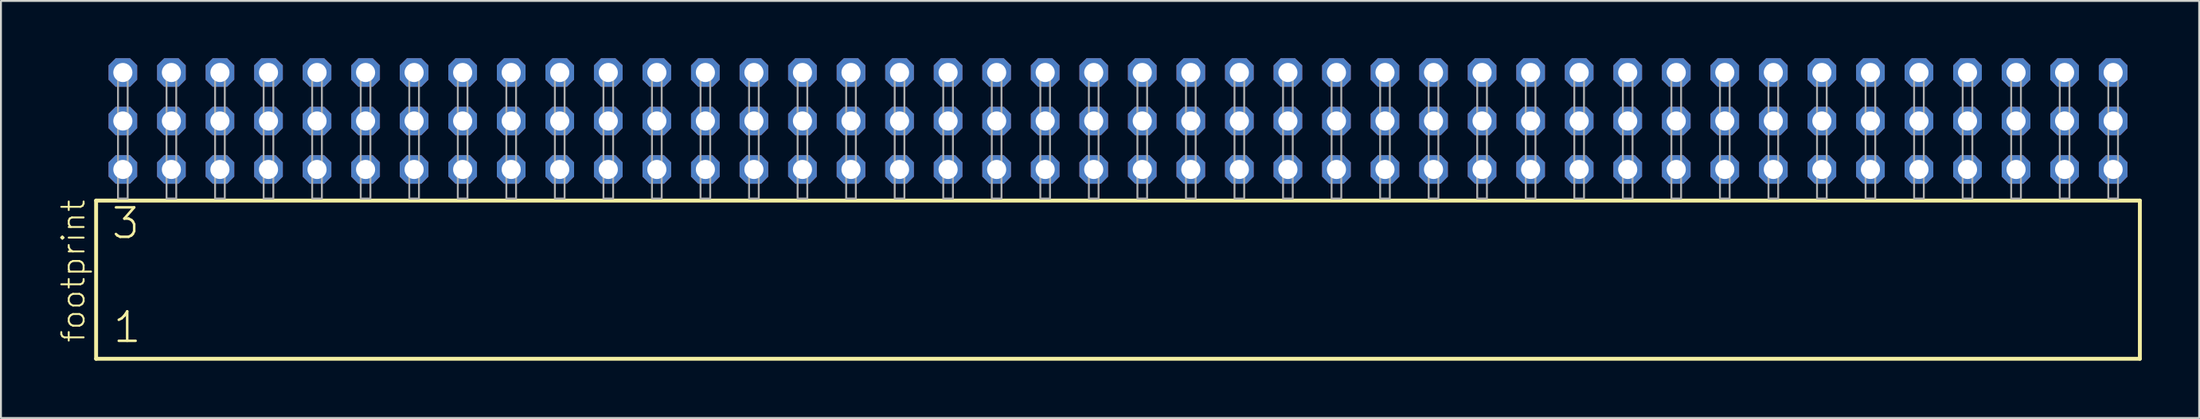
<source format=kicad_pcb>
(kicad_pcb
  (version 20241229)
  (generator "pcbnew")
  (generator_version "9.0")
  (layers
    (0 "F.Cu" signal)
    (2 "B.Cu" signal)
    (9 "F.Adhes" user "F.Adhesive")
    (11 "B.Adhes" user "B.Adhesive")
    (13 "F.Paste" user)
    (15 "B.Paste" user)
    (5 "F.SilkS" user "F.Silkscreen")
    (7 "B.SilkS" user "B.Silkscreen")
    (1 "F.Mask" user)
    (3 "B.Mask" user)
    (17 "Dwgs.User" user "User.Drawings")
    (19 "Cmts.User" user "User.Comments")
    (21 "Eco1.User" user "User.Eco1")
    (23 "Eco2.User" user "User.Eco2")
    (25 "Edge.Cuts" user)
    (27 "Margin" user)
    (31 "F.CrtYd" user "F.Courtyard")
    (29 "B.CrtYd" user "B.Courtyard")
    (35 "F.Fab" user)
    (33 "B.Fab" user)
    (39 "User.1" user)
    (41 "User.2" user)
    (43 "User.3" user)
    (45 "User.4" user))
  (footprint "footprint"
    (layer "F.Cu")
    (at 55.448 7.354)
    (property "Reference" "footprint" (at -53.975 7.62 90) (layer "F.SilkS") (effects (font (size 1.168 1.168) (thickness 0.102)) (justify left bottom)))
    (fp_line (start -53.469 0.106) (end -53.469 8.396) (stroke (width 0.203) (type solid)) (layer "F.SilkS"))
    (fp_line (start -53.469 8.396) (end 53.469 8.396) (stroke (width 0.203) (type solid)) (layer "F.SilkS"))
    (fp_line (start 53.469 0.106) (end -53.469 0.106) (stroke (width 0.203) (type solid)) (layer "F.SilkS"))
    (fp_line (start 53.469 8.396) (end 53.469 0.106) (stroke (width 0.203) (type solid)) (layer "F.SilkS"))
    (fp_poly (pts (xy -52.324 0) (xy -51.816 0) (xy -51.816 -6.858) (xy -52.324 -6.858)) (stroke (width 0.1) (type solid)) (fill no) (layer "F.Fab"))
    (fp_poly (pts (xy -49.784 0) (xy -49.276 0) (xy -49.276 -6.858) (xy -49.784 -6.858)) (stroke (width 0.1) (type solid)) (fill no) (layer "F.Fab"))
    (fp_poly (pts (xy -47.244 0) (xy -46.736 0) (xy -46.736 -6.858) (xy -47.244 -6.858)) (stroke (width 0.1) (type solid)) (fill no) (layer "F.Fab"))
    (fp_poly (pts (xy -44.704 0) (xy -44.196 0) (xy -44.196 -6.858) (xy -44.704 -6.858)) (stroke (width 0.1) (type solid)) (fill no) (layer "F.Fab"))
    (fp_poly (pts (xy -42.164 0) (xy -41.656 0) (xy -41.656 -6.858) (xy -42.164 -6.858)) (stroke (width 0.1) (type solid)) (fill no) (layer "F.Fab"))
    (fp_poly (pts (xy -39.624 0) (xy -39.116 0) (xy -39.116 -6.858) (xy -39.624 -6.858)) (stroke (width 0.1) (type solid)) (fill no) (layer "F.Fab"))
    (fp_poly (pts (xy -37.084 0) (xy -36.576 0) (xy -36.576 -6.858) (xy -37.084 -6.858)) (stroke (width 0.1) (type solid)) (fill no) (layer "F.Fab"))
    (fp_poly (pts (xy -34.544 0) (xy -34.036 0) (xy -34.036 -6.858) (xy -34.544 -6.858)) (stroke (width 0.1) (type solid)) (fill no) (layer "F.Fab"))
    (fp_poly (pts (xy -32.004 0) (xy -31.496 0) (xy -31.496 -6.858) (xy -32.004 -6.858)) (stroke (width 0.1) (type solid)) (fill no) (layer "F.Fab"))
    (fp_poly (pts (xy -29.464 0) (xy -28.956 0) (xy -28.956 -6.858) (xy -29.464 -6.858)) (stroke (width 0.1) (type solid)) (fill no) (layer "F.Fab"))
    (fp_poly (pts (xy -26.924 0) (xy -26.416 0) (xy -26.416 -6.858) (xy -26.924 -6.858)) (stroke (width 0.1) (type solid)) (fill no) (layer "F.Fab"))
    (fp_poly (pts (xy -24.384 0) (xy -23.876 0) (xy -23.876 -6.858) (xy -24.384 -6.858)) (stroke (width 0.1) (type solid)) (fill no) (layer "F.Fab"))
    (fp_poly (pts (xy -21.844 0) (xy -21.336 0) (xy -21.336 -6.858) (xy -21.844 -6.858)) (stroke (width 0.1) (type solid)) (fill no) (layer "F.Fab"))
    (fp_poly (pts (xy -19.304 0) (xy -18.796 0) (xy -18.796 -6.858) (xy -19.304 -6.858)) (stroke (width 0.1) (type solid)) (fill no) (layer "F.Fab"))
    (fp_poly (pts (xy -16.764 0) (xy -16.256 0) (xy -16.256 -6.858) (xy -16.764 -6.858)) (stroke (width 0.1) (type solid)) (fill no) (layer "F.Fab"))
    (fp_poly (pts (xy -14.224 0) (xy -13.716 0) (xy -13.716 -6.858) (xy -14.224 -6.858)) (stroke (width 0.1) (type solid)) (fill no) (layer "F.Fab"))
    (fp_poly (pts (xy -11.684 0) (xy -11.176 0) (xy -11.176 -6.858) (xy -11.684 -6.858)) (stroke (width 0.1) (type solid)) (fill no) (layer "F.Fab"))
    (fp_poly (pts (xy -9.144 0) (xy -8.636 0) (xy -8.636 -6.858) (xy -9.144 -6.858)) (stroke (width 0.1) (type solid)) (fill no) (layer "F.Fab"))
    (fp_poly (pts (xy -6.604 0) (xy -6.096 0) (xy -6.096 -6.858) (xy -6.604 -6.858)) (stroke (width 0.1) (type solid)) (fill no) (layer "F.Fab"))
    (fp_poly (pts (xy -4.064 0) (xy -3.556 0) (xy -3.556 -6.858) (xy -4.064 -6.858)) (stroke (width 0.1) (type solid)) (fill no) (layer "F.Fab"))
    (fp_poly (pts (xy -1.524 0) (xy -1.016 0) (xy -1.016 -6.858) (xy -1.524 -6.858)) (stroke (width 0.1) (type solid)) (fill no) (layer "F.Fab"))
    (fp_poly (pts (xy 1.016 0) (xy 1.524 0) (xy 1.524 -6.858) (xy 1.016 -6.858)) (stroke (width 0.1) (type solid)) (fill no) (layer "F.Fab"))
    (fp_poly (pts (xy 3.556 0) (xy 4.064 0) (xy 4.064 -6.858) (xy 3.556 -6.858)) (stroke (width 0.1) (type solid)) (fill no) (layer "F.Fab"))
    (fp_poly (pts (xy 6.096 0) (xy 6.604 0) (xy 6.604 -6.858) (xy 6.096 -6.858)) (stroke (width 0.1) (type solid)) (fill no) (layer "F.Fab"))
    (fp_poly (pts (xy 8.636 0) (xy 9.144 0) (xy 9.144 -6.858) (xy 8.636 -6.858)) (stroke (width 0.1) (type solid)) (fill no) (layer "F.Fab"))
    (fp_poly (pts (xy 11.176 0) (xy 11.684 0) (xy 11.684 -6.858) (xy 11.176 -6.858)) (stroke (width 0.1) (type solid)) (fill no) (layer "F.Fab"))
    (fp_poly (pts (xy 13.716 0) (xy 14.224 0) (xy 14.224 -6.858) (xy 13.716 -6.858)) (stroke (width 0.1) (type solid)) (fill no) (layer "F.Fab"))
    (fp_poly (pts (xy 16.256 0) (xy 16.764 0) (xy 16.764 -6.858) (xy 16.256 -6.858)) (stroke (width 0.1) (type solid)) (fill no) (layer "F.Fab"))
    (fp_poly (pts (xy 18.796 0) (xy 19.304 0) (xy 19.304 -6.858) (xy 18.796 -6.858)) (stroke (width 0.1) (type solid)) (fill no) (layer "F.Fab"))
    (fp_poly (pts (xy 21.336 0) (xy 21.844 0) (xy 21.844 -6.858) (xy 21.336 -6.858)) (stroke (width 0.1) (type solid)) (fill no) (layer "F.Fab"))
    (fp_poly (pts (xy 23.876 0) (xy 24.384 0) (xy 24.384 -6.858) (xy 23.876 -6.858)) (stroke (width 0.1) (type solid)) (fill no) (layer "F.Fab"))
    (fp_poly (pts (xy 26.416 0) (xy 26.924 0) (xy 26.924 -6.858) (xy 26.416 -6.858)) (stroke (width 0.1) (type solid)) (fill no) (layer "F.Fab"))
    (fp_poly (pts (xy 28.956 0) (xy 29.464 0) (xy 29.464 -6.858) (xy 28.956 -6.858)) (stroke (width 0.1) (type solid)) (fill no) (layer "F.Fab"))
    (fp_poly (pts (xy 31.496 0) (xy 32.004 0) (xy 32.004 -6.858) (xy 31.496 -6.858)) (stroke (width 0.1) (type solid)) (fill no) (layer "F.Fab"))
    (fp_poly (pts (xy 34.036 0) (xy 34.544 0) (xy 34.544 -6.858) (xy 34.036 -6.858)) (stroke (width 0.1) (type solid)) (fill no) (layer "F.Fab"))
    (fp_poly (pts (xy 36.576 0) (xy 37.084 0) (xy 37.084 -6.858) (xy 36.576 -6.858)) (stroke (width 0.1) (type solid)) (fill no) (layer "F.Fab"))
    (fp_poly (pts (xy 39.116 0) (xy 39.624 0) (xy 39.624 -6.858) (xy 39.116 -6.858)) (stroke (width 0.1) (type solid)) (fill no) (layer "F.Fab"))
    (fp_poly (pts (xy 41.656 0) (xy 42.164 0) (xy 42.164 -6.858) (xy 41.656 -6.858)) (stroke (width 0.1) (type solid)) (fill no) (layer "F.Fab"))
    (fp_poly (pts (xy 44.196 0) (xy 44.704 0) (xy 44.704 -6.858) (xy 44.196 -6.858)) (stroke (width 0.1) (type solid)) (fill no) (layer "F.Fab"))
    (fp_poly (pts (xy 46.736 0) (xy 47.244 0) (xy 47.244 -6.858) (xy 46.736 -6.858)) (stroke (width 0.1) (type solid)) (fill no) (layer "F.Fab"))
    (fp_poly (pts (xy 49.276 0) (xy 49.784 0) (xy 49.784 -6.858) (xy 49.276 -6.858)) (stroke (width 0.1) (type solid)) (fill no) (layer "F.Fab"))
    (fp_poly (pts (xy 51.816 0) (xy 52.324 0) (xy 52.324 -6.858) (xy 51.816 -6.858)) (stroke (width 0.1) (type solid)) (fill no) (layer "F.Fab"))
    (fp_text user "1" (at -52.665 7.65 0) (layer "F.SilkS") (effects (font (size 1.542 1.542) (thickness 0.134)) (justify left bottom)))
    (fp_text user "3" (at -52.74 2.2 0) (layer "F.SilkS") (effects (font (size 1.542 1.542) (thickness 0.134)) (justify left bottom)))
    (pad "1" thru_hole roundrect (at -52.07 -1.524) (size 1.5 1.5) (drill 1) (layers "*.Cu" "*.Mask") (roundrect_rratio 0.25) (chamfer_ratio 0.25) (chamfer top_left top_right bottom_left bottom_right))
    (pad "2" thru_hole roundrect (at -52.07 -4.064) (size 1.5 1.5) (drill 1) (layers "*.Cu" "*.Mask") (roundrect_rratio 0.25) (chamfer_ratio 0.25) (chamfer top_left top_right bottom_left bottom_right))
    (pad "3" thru_hole roundrect (at -52.07 -6.604) (size 1.5 1.5) (drill 1) (layers "*.Cu" "*.Mask") (roundrect_rratio 0.25) (chamfer_ratio 0.25) (chamfer top_left top_right bottom_left bottom_right))
    (pad "4" thru_hole roundrect (at -49.53 -1.524) (size 1.5 1.5) (drill 1) (layers "*.Cu" "*.Mask") (roundrect_rratio 0.25) (chamfer_ratio 0.25) (chamfer top_left top_right bottom_left bottom_right))
    (pad "5" thru_hole roundrect (at -49.53 -4.064) (size 1.5 1.5) (drill 1) (layers "*.Cu" "*.Mask") (roundrect_rratio 0.25) (chamfer_ratio 0.25) (chamfer top_left top_right bottom_left bottom_right))
    (pad "6" thru_hole roundrect (at -49.53 -6.604) (size 1.5 1.5) (drill 1) (layers "*.Cu" "*.Mask") (roundrect_rratio 0.25) (chamfer_ratio 0.25) (chamfer top_left top_right bottom_left bottom_right))
    (pad "7" thru_hole roundrect (at -46.99 -1.524) (size 1.5 1.5) (drill 1) (layers "*.Cu" "*.Mask") (roundrect_rratio 0.25) (chamfer_ratio 0.25) (chamfer top_left top_right bottom_left bottom_right))
    (pad "8" thru_hole roundrect (at -46.99 -4.064) (size 1.5 1.5) (drill 1) (layers "*.Cu" "*.Mask") (roundrect_rratio 0.25) (chamfer_ratio 0.25) (chamfer top_left top_right bottom_left bottom_right))
    (pad "9" thru_hole roundrect (at -46.99 -6.604) (size 1.5 1.5) (drill 1) (layers "*.Cu" "*.Mask") (roundrect_rratio 0.25) (chamfer_ratio 0.25) (chamfer top_left top_right bottom_left bottom_right))
    (pad "10" thru_hole roundrect (at -44.45 -1.524) (size 1.5 1.5) (drill 1) (layers "*.Cu" "*.Mask") (roundrect_rratio 0.25) (chamfer_ratio 0.25) (chamfer top_left top_right bottom_left bottom_right))
    (pad "11" thru_hole roundrect (at -44.45 -4.064) (size 1.5 1.5) (drill 1) (layers "*.Cu" "*.Mask") (roundrect_rratio 0.25) (chamfer_ratio 0.25) (chamfer top_left top_right bottom_left bottom_right))
    (pad "12" thru_hole roundrect (at -44.45 -6.604) (size 1.5 1.5) (drill 1) (layers "*.Cu" "*.Mask") (roundrect_rratio 0.25) (chamfer_ratio 0.25) (chamfer top_left top_right bottom_left bottom_right))
    (pad "13" thru_hole roundrect (at -41.91 -1.524) (size 1.5 1.5) (drill 1) (layers "*.Cu" "*.Mask") (roundrect_rratio 0.25) (chamfer_ratio 0.25) (chamfer top_left top_right bottom_left bottom_right))
    (pad "14" thru_hole roundrect (at -41.91 -4.064) (size 1.5 1.5) (drill 1) (layers "*.Cu" "*.Mask") (roundrect_rratio 0.25) (chamfer_ratio 0.25) (chamfer top_left top_right bottom_left bottom_right))
    (pad "15" thru_hole roundrect (at -41.91 -6.604) (size 1.5 1.5) (drill 1) (layers "*.Cu" "*.Mask") (roundrect_rratio 0.25) (chamfer_ratio 0.25) (chamfer top_left top_right bottom_left bottom_right))
    (pad "16" thru_hole roundrect (at -39.37 -1.524) (size 1.5 1.5) (drill 1) (layers "*.Cu" "*.Mask") (roundrect_rratio 0.25) (chamfer_ratio 0.25) (chamfer top_left top_right bottom_left bottom_right))
    (pad "17" thru_hole roundrect (at -39.37 -4.064) (size 1.5 1.5) (drill 1) (layers "*.Cu" "*.Mask") (roundrect_rratio 0.25) (chamfer_ratio 0.25) (chamfer top_left top_right bottom_left bottom_right))
    (pad "18" thru_hole roundrect (at -39.37 -6.604) (size 1.5 1.5) (drill 1) (layers "*.Cu" "*.Mask") (roundrect_rratio 0.25) (chamfer_ratio 0.25) (chamfer top_left top_right bottom_left bottom_right))
    (pad "19" thru_hole roundrect (at -36.83 -1.524) (size 1.5 1.5) (drill 1) (layers "*.Cu" "*.Mask") (roundrect_rratio 0.25) (chamfer_ratio 0.25) (chamfer top_left top_right bottom_left bottom_right))
    (pad "20" thru_hole roundrect (at -36.83 -4.064) (size 1.5 1.5) (drill 1) (layers "*.Cu" "*.Mask") (roundrect_rratio 0.25) (chamfer_ratio 0.25) (chamfer top_left top_right bottom_left bottom_right))
    (pad "21" thru_hole roundrect (at -36.83 -6.604) (size 1.5 1.5) (drill 1) (layers "*.Cu" "*.Mask") (roundrect_rratio 0.25) (chamfer_ratio 0.25) (chamfer top_left top_right bottom_left bottom_right))
    (pad "22" thru_hole roundrect (at -34.29 -1.524) (size 1.5 1.5) (drill 1) (layers "*.Cu" "*.Mask") (roundrect_rratio 0.25) (chamfer_ratio 0.25) (chamfer top_left top_right bottom_left bottom_right))
    (pad "23" thru_hole roundrect (at -34.29 -4.064) (size 1.5 1.5) (drill 1) (layers "*.Cu" "*.Mask") (roundrect_rratio 0.25) (chamfer_ratio 0.25) (chamfer top_left top_right bottom_left bottom_right))
    (pad "24" thru_hole roundrect (at -34.29 -6.604) (size 1.5 1.5) (drill 1) (layers "*.Cu" "*.Mask") (roundrect_rratio 0.25) (chamfer_ratio 0.25) (chamfer top_left top_right bottom_left bottom_right))
    (pad "25" thru_hole roundrect (at -31.75 -1.524) (size 1.5 1.5) (drill 1) (layers "*.Cu" "*.Mask") (roundrect_rratio 0.25) (chamfer_ratio 0.25) (chamfer top_left top_right bottom_left bottom_right))
    (pad "26" thru_hole roundrect (at -31.75 -4.064) (size 1.5 1.5) (drill 1) (layers "*.Cu" "*.Mask") (roundrect_rratio 0.25) (chamfer_ratio 0.25) (chamfer top_left top_right bottom_left bottom_right))
    (pad "27" thru_hole roundrect (at -31.75 -6.604) (size 1.5 1.5) (drill 1) (layers "*.Cu" "*.Mask") (roundrect_rratio 0.25) (chamfer_ratio 0.25) (chamfer top_left top_right bottom_left bottom_right))
    (pad "28" thru_hole roundrect (at -29.21 -1.524) (size 1.5 1.5) (drill 1) (layers "*.Cu" "*.Mask") (roundrect_rratio 0.25) (chamfer_ratio 0.25) (chamfer top_left top_right bottom_left bottom_right))
    (pad "29" thru_hole roundrect (at -29.21 -4.064) (size 1.5 1.5) (drill 1) (layers "*.Cu" "*.Mask") (roundrect_rratio 0.25) (chamfer_ratio 0.25) (chamfer top_left top_right bottom_left bottom_right))
    (pad "30" thru_hole roundrect (at -29.21 -6.604) (size 1.5 1.5) (drill 1) (layers "*.Cu" "*.Mask") (roundrect_rratio 0.25) (chamfer_ratio 0.25) (chamfer top_left top_right bottom_left bottom_right))
    (pad "31" thru_hole roundrect (at -26.67 -1.524) (size 1.5 1.5) (drill 1) (layers "*.Cu" "*.Mask") (roundrect_rratio 0.25) (chamfer_ratio 0.25) (chamfer top_left top_right bottom_left bottom_right))
    (pad "32" thru_hole roundrect (at -26.67 -4.064) (size 1.5 1.5) (drill 1) (layers "*.Cu" "*.Mask") (roundrect_rratio 0.25) (chamfer_ratio 0.25) (chamfer top_left top_right bottom_left bottom_right))
    (pad "33" thru_hole roundrect (at -26.67 -6.604) (size 1.5 1.5) (drill 1) (layers "*.Cu" "*.Mask") (roundrect_rratio 0.25) (chamfer_ratio 0.25) (chamfer top_left top_right bottom_left bottom_right))
    (pad "34" thru_hole roundrect (at -24.13 -1.524) (size 1.5 1.5) (drill 1) (layers "*.Cu" "*.Mask") (roundrect_rratio 0.25) (chamfer_ratio 0.25) (chamfer top_left top_right bottom_left bottom_right))
    (pad "35" thru_hole roundrect (at -24.13 -4.064) (size 1.5 1.5) (drill 1) (layers "*.Cu" "*.Mask") (roundrect_rratio 0.25) (chamfer_ratio 0.25) (chamfer top_left top_right bottom_left bottom_right))
    (pad "36" thru_hole roundrect (at -24.13 -6.604) (size 1.5 1.5) (drill 1) (layers "*.Cu" "*.Mask") (roundrect_rratio 0.25) (chamfer_ratio 0.25) (chamfer top_left top_right bottom_left bottom_right))
    (pad "37" thru_hole roundrect (at -21.59 -1.524) (size 1.5 1.5) (drill 1) (layers "*.Cu" "*.Mask") (roundrect_rratio 0.25) (chamfer_ratio 0.25) (chamfer top_left top_right bottom_left bottom_right))
    (pad "38" thru_hole roundrect (at -21.59 -4.064) (size 1.5 1.5) (drill 1) (layers "*.Cu" "*.Mask") (roundrect_rratio 0.25) (chamfer_ratio 0.25) (chamfer top_left top_right bottom_left bottom_right))
    (pad "39" thru_hole roundrect (at -21.59 -6.604) (size 1.5 1.5) (drill 1) (layers "*.Cu" "*.Mask") (roundrect_rratio 0.25) (chamfer_ratio 0.25) (chamfer top_left top_right bottom_left bottom_right))
    (pad "40" thru_hole roundrect (at -19.05 -1.524) (size 1.5 1.5) (drill 1) (layers "*.Cu" "*.Mask") (roundrect_rratio 0.25) (chamfer_ratio 0.25) (chamfer top_left top_right bottom_left bottom_right))
    (pad "41" thru_hole roundrect (at -19.05 -4.064) (size 1.5 1.5) (drill 1) (layers "*.Cu" "*.Mask") (roundrect_rratio 0.25) (chamfer_ratio 0.25) (chamfer top_left top_right bottom_left bottom_right))
    (pad "42" thru_hole roundrect (at -19.05 -6.604) (size 1.5 1.5) (drill 1) (layers "*.Cu" "*.Mask") (roundrect_rratio 0.25) (chamfer_ratio 0.25) (chamfer top_left top_right bottom_left bottom_right))
    (pad "43" thru_hole roundrect (at -16.51 -1.524) (size 1.5 1.5) (drill 1) (layers "*.Cu" "*.Mask") (roundrect_rratio 0.25) (chamfer_ratio 0.25) (chamfer top_left top_right bottom_left bottom_right))
    (pad "44" thru_hole roundrect (at -16.51 -4.064) (size 1.5 1.5) (drill 1) (layers "*.Cu" "*.Mask") (roundrect_rratio 0.25) (chamfer_ratio 0.25) (chamfer top_left top_right bottom_left bottom_right))
    (pad "45" thru_hole roundrect (at -16.51 -6.604) (size 1.5 1.5) (drill 1) (layers "*.Cu" "*.Mask") (roundrect_rratio 0.25) (chamfer_ratio 0.25) (chamfer top_left top_right bottom_left bottom_right))
    (pad "46" thru_hole roundrect (at -13.97 -1.524) (size 1.5 1.5) (drill 1) (layers "*.Cu" "*.Mask") (roundrect_rratio 0.25) (chamfer_ratio 0.25) (chamfer top_left top_right bottom_left bottom_right))
    (pad "47" thru_hole roundrect (at -13.97 -4.064) (size 1.5 1.5) (drill 1) (layers "*.Cu" "*.Mask") (roundrect_rratio 0.25) (chamfer_ratio 0.25) (chamfer top_left top_right bottom_left bottom_right))
    (pad "48" thru_hole roundrect (at -13.97 -6.604) (size 1.5 1.5) (drill 1) (layers "*.Cu" "*.Mask") (roundrect_rratio 0.25) (chamfer_ratio 0.25) (chamfer top_left top_right bottom_left bottom_right))
    (pad "49" thru_hole roundrect (at -11.43 -1.524) (size 1.5 1.5) (drill 1) (layers "*.Cu" "*.Mask") (roundrect_rratio 0.25) (chamfer_ratio 0.25) (chamfer top_left top_right bottom_left bottom_right))
    (pad "50" thru_hole roundrect (at -11.43 -4.064) (size 1.5 1.5) (drill 1) (layers "*.Cu" "*.Mask") (roundrect_rratio 0.25) (chamfer_ratio 0.25) (chamfer top_left top_right bottom_left bottom_right))
    (pad "51" thru_hole roundrect (at -11.43 -6.604) (size 1.5 1.5) (drill 1) (layers "*.Cu" "*.Mask") (roundrect_rratio 0.25) (chamfer_ratio 0.25) (chamfer top_left top_right bottom_left bottom_right))
    (pad "52" thru_hole roundrect (at -8.89 -1.524) (size 1.5 1.5) (drill 1) (layers "*.Cu" "*.Mask") (roundrect_rratio 0.25) (chamfer_ratio 0.25) (chamfer top_left top_right bottom_left bottom_right))
    (pad "53" thru_hole roundrect (at -8.89 -4.064) (size 1.5 1.5) (drill 1) (layers "*.Cu" "*.Mask") (roundrect_rratio 0.25) (chamfer_ratio 0.25) (chamfer top_left top_right bottom_left bottom_right))
    (pad "54" thru_hole roundrect (at -8.89 -6.604) (size 1.5 1.5) (drill 1) (layers "*.Cu" "*.Mask") (roundrect_rratio 0.25) (chamfer_ratio 0.25) (chamfer top_left top_right bottom_left bottom_right))
    (pad "55" thru_hole roundrect (at -6.35 -1.524) (size 1.5 1.5) (drill 1) (layers "*.Cu" "*.Mask") (roundrect_rratio 0.25) (chamfer_ratio 0.25) (chamfer top_left top_right bottom_left bottom_right))
    (pad "56" thru_hole roundrect (at -6.35 -4.064) (size 1.5 1.5) (drill 1) (layers "*.Cu" "*.Mask") (roundrect_rratio 0.25) (chamfer_ratio 0.25) (chamfer top_left top_right bottom_left bottom_right))
    (pad "57" thru_hole roundrect (at -6.35 -6.604) (size 1.5 1.5) (drill 1) (layers "*.Cu" "*.Mask") (roundrect_rratio 0.25) (chamfer_ratio 0.25) (chamfer top_left top_right bottom_left bottom_right))
    (pad "58" thru_hole roundrect (at -3.81 -1.524) (size 1.5 1.5) (drill 1) (layers "*.Cu" "*.Mask") (roundrect_rratio 0.25) (chamfer_ratio 0.25) (chamfer top_left top_right bottom_left bottom_right))
    (pad "59" thru_hole roundrect (at -3.81 -4.064) (size 1.5 1.5) (drill 1) (layers "*.Cu" "*.Mask") (roundrect_rratio 0.25) (chamfer_ratio 0.25) (chamfer top_left top_right bottom_left bottom_right))
    (pad "60" thru_hole roundrect (at -3.81 -6.604) (size 1.5 1.5) (drill 1) (layers "*.Cu" "*.Mask") (roundrect_rratio 0.25) (chamfer_ratio 0.25) (chamfer top_left top_right bottom_left bottom_right))
    (pad "61" thru_hole roundrect (at -1.27 -1.524) (size 1.5 1.5) (drill 1) (layers "*.Cu" "*.Mask") (roundrect_rratio 0.25) (chamfer_ratio 0.25) (chamfer top_left top_right bottom_left bottom_right))
    (pad "62" thru_hole roundrect (at -1.27 -4.064) (size 1.5 1.5) (drill 1) (layers "*.Cu" "*.Mask") (roundrect_rratio 0.25) (chamfer_ratio 0.25) (chamfer top_left top_right bottom_left bottom_right))
    (pad "63" thru_hole roundrect (at -1.27 -6.604) (size 1.5 1.5) (drill 1) (layers "*.Cu" "*.Mask") (roundrect_rratio 0.25) (chamfer_ratio 0.25) (chamfer top_left top_right bottom_left bottom_right))
    (pad "64" thru_hole roundrect (at 1.27 -1.524) (size 1.5 1.5) (drill 1) (layers "*.Cu" "*.Mask") (roundrect_rratio 0.25) (chamfer_ratio 0.25) (chamfer top_left top_right bottom_left bottom_right))
    (pad "65" thru_hole roundrect (at 1.27 -4.064) (size 1.5 1.5) (drill 1) (layers "*.Cu" "*.Mask") (roundrect_rratio 0.25) (chamfer_ratio 0.25) (chamfer top_left top_right bottom_left bottom_right))
    (pad "66" thru_hole roundrect (at 1.27 -6.604) (size 1.5 1.5) (drill 1) (layers "*.Cu" "*.Mask") (roundrect_rratio 0.25) (chamfer_ratio 0.25) (chamfer top_left top_right bottom_left bottom_right))
    (pad "67" thru_hole roundrect (at 3.81 -1.524) (size 1.5 1.5) (drill 1) (layers "*.Cu" "*.Mask") (roundrect_rratio 0.25) (chamfer_ratio 0.25) (chamfer top_left top_right bottom_left bottom_right))
    (pad "68" thru_hole roundrect (at 3.81 -4.064) (size 1.5 1.5) (drill 1) (layers "*.Cu" "*.Mask") (roundrect_rratio 0.25) (chamfer_ratio 0.25) (chamfer top_left top_right bottom_left bottom_right))
    (pad "69" thru_hole roundrect (at 3.81 -6.604) (size 1.5 1.5) (drill 1) (layers "*.Cu" "*.Mask") (roundrect_rratio 0.25) (chamfer_ratio 0.25) (chamfer top_left top_right bottom_left bottom_right))
    (pad "70" thru_hole roundrect (at 6.35 -1.524) (size 1.5 1.5) (drill 1) (layers "*.Cu" "*.Mask") (roundrect_rratio 0.25) (chamfer_ratio 0.25) (chamfer top_left top_right bottom_left bottom_right))
    (pad "71" thru_hole roundrect (at 6.35 -4.064) (size 1.5 1.5) (drill 1) (layers "*.Cu" "*.Mask") (roundrect_rratio 0.25) (chamfer_ratio 0.25) (chamfer top_left top_right bottom_left bottom_right))
    (pad "72" thru_hole roundrect (at 6.35 -6.604) (size 1.5 1.5) (drill 1) (layers "*.Cu" "*.Mask") (roundrect_rratio 0.25) (chamfer_ratio 0.25) (chamfer top_left top_right bottom_left bottom_right))
    (pad "73" thru_hole roundrect (at 8.89 -1.524) (size 1.5 1.5) (drill 1) (layers "*.Cu" "*.Mask") (roundrect_rratio 0.25) (chamfer_ratio 0.25) (chamfer top_left top_right bottom_left bottom_right))
    (pad "74" thru_hole roundrect (at 8.89 -4.064) (size 1.5 1.5) (drill 1) (layers "*.Cu" "*.Mask") (roundrect_rratio 0.25) (chamfer_ratio 0.25) (chamfer top_left top_right bottom_left bottom_right))
    (pad "75" thru_hole roundrect (at 8.89 -6.604) (size 1.5 1.5) (drill 1) (layers "*.Cu" "*.Mask") (roundrect_rratio 0.25) (chamfer_ratio 0.25) (chamfer top_left top_right bottom_left bottom_right))
    (pad "76" thru_hole roundrect (at 11.43 -1.524) (size 1.5 1.5) (drill 1) (layers "*.Cu" "*.Mask") (roundrect_rratio 0.25) (chamfer_ratio 0.25) (chamfer top_left top_right bottom_left bottom_right))
    (pad "77" thru_hole roundrect (at 11.43 -4.064) (size 1.5 1.5) (drill 1) (layers "*.Cu" "*.Mask") (roundrect_rratio 0.25) (chamfer_ratio 0.25) (chamfer top_left top_right bottom_left bottom_right))
    (pad "78" thru_hole roundrect (at 11.43 -6.604) (size 1.5 1.5) (drill 1) (layers "*.Cu" "*.Mask") (roundrect_rratio 0.25) (chamfer_ratio 0.25) (chamfer top_left top_right bottom_left bottom_right))
    (pad "79" thru_hole roundrect (at 13.97 -1.524) (size 1.5 1.5) (drill 1) (layers "*.Cu" "*.Mask") (roundrect_rratio 0.25) (chamfer_ratio 0.25) (chamfer top_left top_right bottom_left bottom_right))
    (pad "80" thru_hole roundrect (at 13.97 -4.064) (size 1.5 1.5) (drill 1) (layers "*.Cu" "*.Mask") (roundrect_rratio 0.25) (chamfer_ratio 0.25) (chamfer top_left top_right bottom_left bottom_right))
    (pad "81" thru_hole roundrect (at 13.97 -6.604) (size 1.5 1.5) (drill 1) (layers "*.Cu" "*.Mask") (roundrect_rratio 0.25) (chamfer_ratio 0.25) (chamfer top_left top_right bottom_left bottom_right))
    (pad "82" thru_hole roundrect (at 16.51 -1.524) (size 1.5 1.5) (drill 1) (layers "*.Cu" "*.Mask") (roundrect_rratio 0.25) (chamfer_ratio 0.25) (chamfer top_left top_right bottom_left bottom_right))
    (pad "83" thru_hole roundrect (at 16.51 -4.064) (size 1.5 1.5) (drill 1) (layers "*.Cu" "*.Mask") (roundrect_rratio 0.25) (chamfer_ratio 0.25) (chamfer top_left top_right bottom_left bottom_right))
    (pad "84" thru_hole roundrect (at 16.51 -6.604) (size 1.5 1.5) (drill 1) (layers "*.Cu" "*.Mask") (roundrect_rratio 0.25) (chamfer_ratio 0.25) (chamfer top_left top_right bottom_left bottom_right))
    (pad "85" thru_hole roundrect (at 19.05 -1.524) (size 1.5 1.5) (drill 1) (layers "*.Cu" "*.Mask") (roundrect_rratio 0.25) (chamfer_ratio 0.25) (chamfer top_left top_right bottom_left bottom_right))
    (pad "86" thru_hole roundrect (at 19.05 -4.064) (size 1.5 1.5) (drill 1) (layers "*.Cu" "*.Mask") (roundrect_rratio 0.25) (chamfer_ratio 0.25) (chamfer top_left top_right bottom_left bottom_right))
    (pad "87" thru_hole roundrect (at 19.05 -6.604) (size 1.5 1.5) (drill 1) (layers "*.Cu" "*.Mask") (roundrect_rratio 0.25) (chamfer_ratio 0.25) (chamfer top_left top_right bottom_left bottom_right))
    (pad "88" thru_hole roundrect (at 21.59 -1.524) (size 1.5 1.5) (drill 1) (layers "*.Cu" "*.Mask") (roundrect_rratio 0.25) (chamfer_ratio 0.25) (chamfer top_left top_right bottom_left bottom_right))
    (pad "89" thru_hole roundrect (at 21.59 -4.064) (size 1.5 1.5) (drill 1) (layers "*.Cu" "*.Mask") (roundrect_rratio 0.25) (chamfer_ratio 0.25) (chamfer top_left top_right bottom_left bottom_right))
    (pad "90" thru_hole roundrect (at 21.59 -6.604) (size 1.5 1.5) (drill 1) (layers "*.Cu" "*.Mask") (roundrect_rratio 0.25) (chamfer_ratio 0.25) (chamfer top_left top_right bottom_left bottom_right))
    (pad "91" thru_hole roundrect (at 24.13 -1.524) (size 1.5 1.5) (drill 1) (layers "*.Cu" "*.Mask") (roundrect_rratio 0.25) (chamfer_ratio 0.25) (chamfer top_left top_right bottom_left bottom_right))
    (pad "92" thru_hole roundrect (at 24.13 -4.064) (size 1.5 1.5) (drill 1) (layers "*.Cu" "*.Mask") (roundrect_rratio 0.25) (chamfer_ratio 0.25) (chamfer top_left top_right bottom_left bottom_right))
    (pad "93" thru_hole roundrect (at 24.13 -6.604) (size 1.5 1.5) (drill 1) (layers "*.Cu" "*.Mask") (roundrect_rratio 0.25) (chamfer_ratio 0.25) (chamfer top_left top_right bottom_left bottom_right))
    (pad "94" thru_hole roundrect (at 26.67 -1.524) (size 1.5 1.5) (drill 1) (layers "*.Cu" "*.Mask") (roundrect_rratio 0.25) (chamfer_ratio 0.25) (chamfer top_left top_right bottom_left bottom_right))
    (pad "95" thru_hole roundrect (at 26.67 -4.064) (size 1.5 1.5) (drill 1) (layers "*.Cu" "*.Mask") (roundrect_rratio 0.25) (chamfer_ratio 0.25) (chamfer top_left top_right bottom_left bottom_right))
    (pad "96" thru_hole roundrect (at 26.67 -6.604) (size 1.5 1.5) (drill 1) (layers "*.Cu" "*.Mask") (roundrect_rratio 0.25) (chamfer_ratio 0.25) (chamfer top_left top_right bottom_left bottom_right))
    (pad "97" thru_hole roundrect (at 29.21 -1.524) (size 1.5 1.5) (drill 1) (layers "*.Cu" "*.Mask") (roundrect_rratio 0.25) (chamfer_ratio 0.25) (chamfer top_left top_right bottom_left bottom_right))
    (pad "98" thru_hole roundrect (at 29.21 -4.064) (size 1.5 1.5) (drill 1) (layers "*.Cu" "*.Mask") (roundrect_rratio 0.25) (chamfer_ratio 0.25) (chamfer top_left top_right bottom_left bottom_right))
    (pad "99" thru_hole roundrect (at 29.21 -6.604) (size 1.5 1.5) (drill 1) (layers "*.Cu" "*.Mask") (roundrect_rratio 0.25) (chamfer_ratio 0.25) (chamfer top_left top_right bottom_left bottom_right))
    (pad "100" thru_hole roundrect (at 31.75 -1.524) (size 1.5 1.5) (drill 1) (layers "*.Cu" "*.Mask") (roundrect_rratio 0.25) (chamfer_ratio 0.25) (chamfer top_left top_right bottom_left bottom_right))
    (pad "101" thru_hole roundrect (at 31.75 -4.064) (size 1.5 1.5) (drill 1) (layers "*.Cu" "*.Mask") (roundrect_rratio 0.25) (chamfer_ratio 0.25) (chamfer top_left top_right bottom_left bottom_right))
    (pad "102" thru_hole roundrect (at 31.75 -6.604) (size 1.5 1.5) (drill 1) (layers "*.Cu" "*.Mask") (roundrect_rratio 0.25) (chamfer_ratio 0.25) (chamfer top_left top_right bottom_left bottom_right))
    (pad "103" thru_hole roundrect (at 34.29 -1.524) (size 1.5 1.5) (drill 1) (layers "*.Cu" "*.Mask") (roundrect_rratio 0.25) (chamfer_ratio 0.25) (chamfer top_left top_right bottom_left bottom_right))
    (pad "104" thru_hole roundrect (at 34.29 -4.064) (size 1.5 1.5) (drill 1) (layers "*.Cu" "*.Mask") (roundrect_rratio 0.25) (chamfer_ratio 0.25) (chamfer top_left top_right bottom_left bottom_right))
    (pad "105" thru_hole roundrect (at 34.29 -6.604) (size 1.5 1.5) (drill 1) (layers "*.Cu" "*.Mask") (roundrect_rratio 0.25) (chamfer_ratio 0.25) (chamfer top_left top_right bottom_left bottom_right))
    (pad "106" thru_hole roundrect (at 36.83 -1.524) (size 1.5 1.5) (drill 1) (layers "*.Cu" "*.Mask") (roundrect_rratio 0.25) (chamfer_ratio 0.25) (chamfer top_left top_right bottom_left bottom_right))
    (pad "107" thru_hole roundrect (at 36.83 -4.064) (size 1.5 1.5) (drill 1) (layers "*.Cu" "*.Mask") (roundrect_rratio 0.25) (chamfer_ratio 0.25) (chamfer top_left top_right bottom_left bottom_right))
    (pad "108" thru_hole roundrect (at 36.83 -6.604) (size 1.5 1.5) (drill 1) (layers "*.Cu" "*.Mask") (roundrect_rratio 0.25) (chamfer_ratio 0.25) (chamfer top_left top_right bottom_left bottom_right))
    (pad "109" thru_hole roundrect (at 39.37 -1.524) (size 1.5 1.5) (drill 1) (layers "*.Cu" "*.Mask") (roundrect_rratio 0.25) (chamfer_ratio 0.25) (chamfer top_left top_right bottom_left bottom_right))
    (pad "110" thru_hole roundrect (at 39.37 -4.064) (size 1.5 1.5) (drill 1) (layers "*.Cu" "*.Mask") (roundrect_rratio 0.25) (chamfer_ratio 0.25) (chamfer top_left top_right bottom_left bottom_right))
    (pad "111" thru_hole roundrect (at 39.37 -6.604) (size 1.5 1.5) (drill 1) (layers "*.Cu" "*.Mask") (roundrect_rratio 0.25) (chamfer_ratio 0.25) (chamfer top_left top_right bottom_left bottom_right))
    (pad "112" thru_hole roundrect (at 41.91 -1.524) (size 1.5 1.5) (drill 1) (layers "*.Cu" "*.Mask") (roundrect_rratio 0.25) (chamfer_ratio 0.25) (chamfer top_left top_right bottom_left bottom_right))
    (pad "113" thru_hole roundrect (at 41.91 -4.064) (size 1.5 1.5) (drill 1) (layers "*.Cu" "*.Mask") (roundrect_rratio 0.25) (chamfer_ratio 0.25) (chamfer top_left top_right bottom_left bottom_right))
    (pad "114" thru_hole roundrect (at 41.91 -6.604) (size 1.5 1.5) (drill 1) (layers "*.Cu" "*.Mask") (roundrect_rratio 0.25) (chamfer_ratio 0.25) (chamfer top_left top_right bottom_left bottom_right))
    (pad "115" thru_hole roundrect (at 44.45 -1.524) (size 1.5 1.5) (drill 1) (layers "*.Cu" "*.Mask") (roundrect_rratio 0.25) (chamfer_ratio 0.25) (chamfer top_left top_right bottom_left bottom_right))
    (pad "116" thru_hole roundrect (at 44.45 -4.064) (size 1.5 1.5) (drill 1) (layers "*.Cu" "*.Mask") (roundrect_rratio 0.25) (chamfer_ratio 0.25) (chamfer top_left top_right bottom_left bottom_right))
    (pad "117" thru_hole roundrect (at 44.45 -6.604) (size 1.5 1.5) (drill 1) (layers "*.Cu" "*.Mask") (roundrect_rratio 0.25) (chamfer_ratio 0.25) (chamfer top_left top_right bottom_left bottom_right))
    (pad "118" thru_hole roundrect (at 46.99 -1.524) (size 1.5 1.5) (drill 1) (layers "*.Cu" "*.Mask") (roundrect_rratio 0.25) (chamfer_ratio 0.25) (chamfer top_left top_right bottom_left bottom_right))
    (pad "119" thru_hole roundrect (at 46.99 -4.064) (size 1.5 1.5) (drill 1) (layers "*.Cu" "*.Mask") (roundrect_rratio 0.25) (chamfer_ratio 0.25) (chamfer top_left top_right bottom_left bottom_right))
    (pad "120" thru_hole roundrect (at 46.99 -6.604) (size 1.5 1.5) (drill 1) (layers "*.Cu" "*.Mask") (roundrect_rratio 0.25) (chamfer_ratio 0.25) (chamfer top_left top_right bottom_left bottom_right))
    (pad "121" thru_hole roundrect (at 49.53 -1.524) (size 1.5 1.5) (drill 1) (layers "*.Cu" "*.Mask") (roundrect_rratio 0.25) (chamfer_ratio 0.25) (chamfer top_left top_right bottom_left bottom_right))
    (pad "122" thru_hole roundrect (at 49.53 -4.064) (size 1.5 1.5) (drill 1) (layers "*.Cu" "*.Mask") (roundrect_rratio 0.25) (chamfer_ratio 0.25) (chamfer top_left top_right bottom_left bottom_right))
    (pad "123" thru_hole roundrect (at 49.53 -6.604) (size 1.5 1.5) (drill 1) (layers "*.Cu" "*.Mask") (roundrect_rratio 0.25) (chamfer_ratio 0.25) (chamfer top_left top_right bottom_left bottom_right))
    (pad "124" thru_hole roundrect (at 52.07 -1.524) (size 1.5 1.5) (drill 1) (layers "*.Cu" "*.Mask") (roundrect_rratio 0.25) (chamfer_ratio 0.25) (chamfer top_left top_right bottom_left bottom_right))
    (pad "125" thru_hole roundrect (at 52.07 -4.064) (size 1.5 1.5) (drill 1) (layers "*.Cu" "*.Mask") (roundrect_rratio 0.25) (chamfer_ratio 0.25) (chamfer top_left top_right bottom_left bottom_right))
    (pad "126" thru_hole roundrect (at 52.07 -6.604) (size 1.5 1.5) (drill 1) (layers "*.Cu" "*.Mask") (roundrect_rratio 0.25) (chamfer_ratio 0.25) (chamfer top_left top_right bottom_left bottom_right)))
  (gr_rect
    (start -3 -3)
    (end 112.019 18.852)
    (stroke (width 0.1) (type default))
    (fill no)
    (layer "Edge.Cuts")))
</source>
